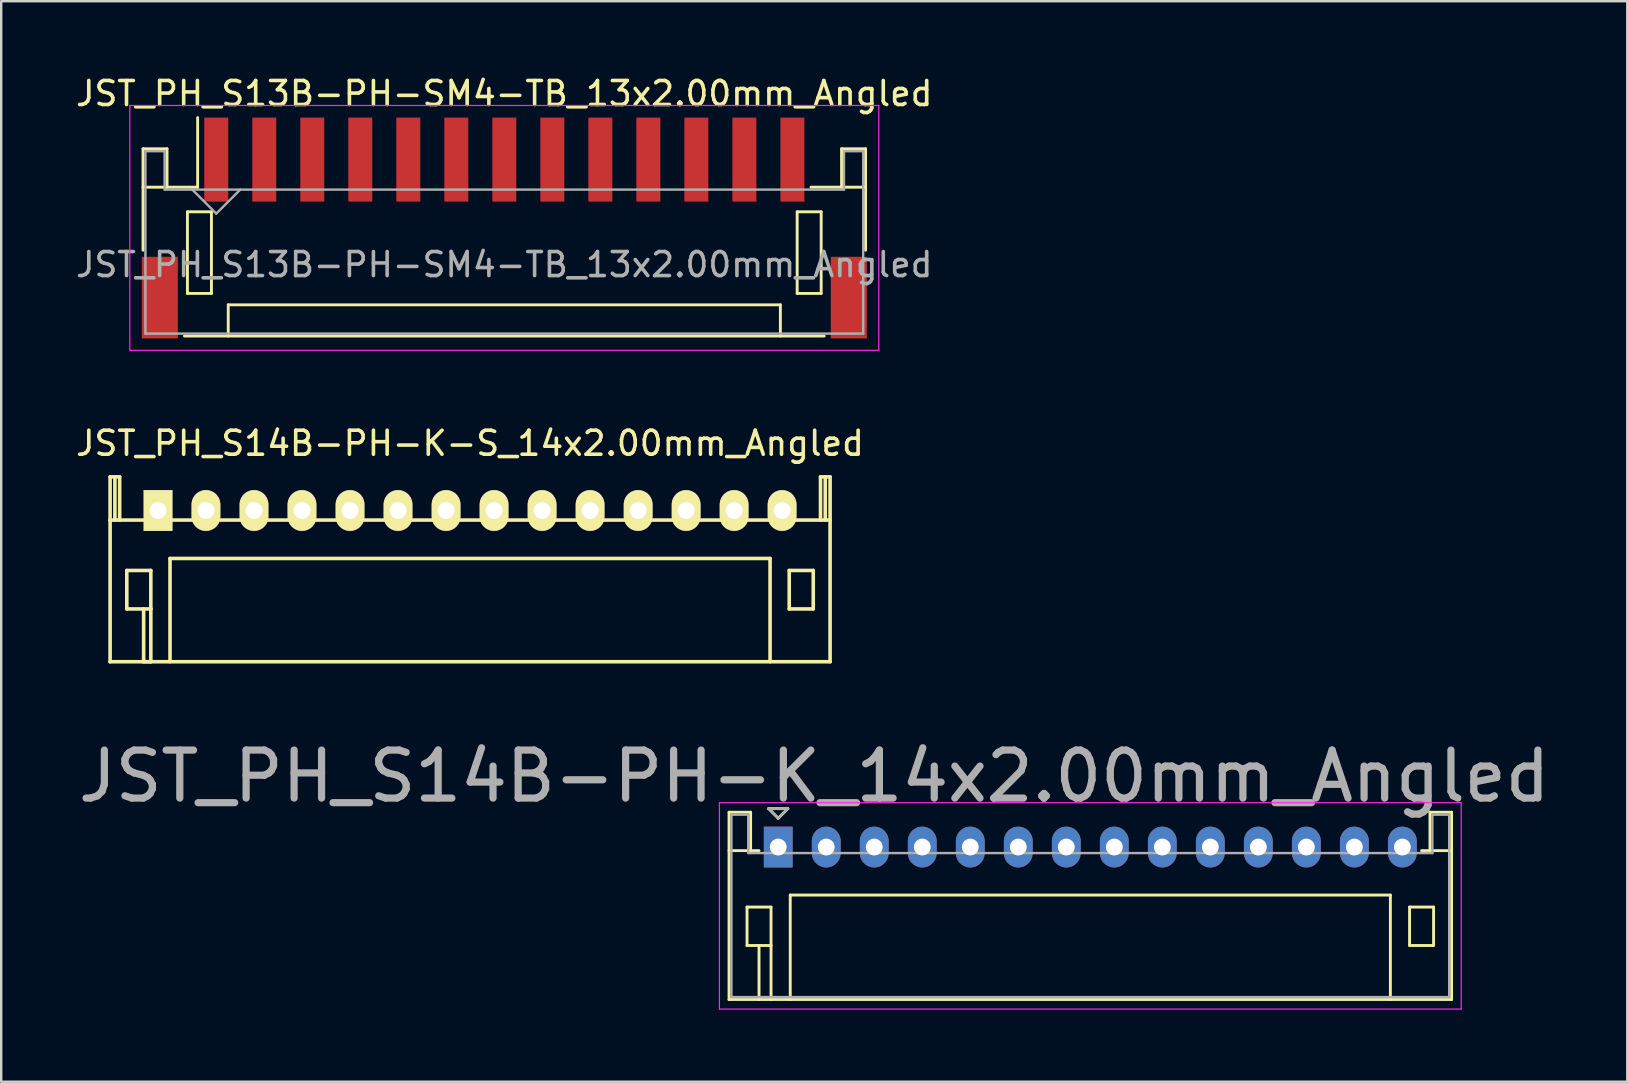
<source format=kicad_pcb>
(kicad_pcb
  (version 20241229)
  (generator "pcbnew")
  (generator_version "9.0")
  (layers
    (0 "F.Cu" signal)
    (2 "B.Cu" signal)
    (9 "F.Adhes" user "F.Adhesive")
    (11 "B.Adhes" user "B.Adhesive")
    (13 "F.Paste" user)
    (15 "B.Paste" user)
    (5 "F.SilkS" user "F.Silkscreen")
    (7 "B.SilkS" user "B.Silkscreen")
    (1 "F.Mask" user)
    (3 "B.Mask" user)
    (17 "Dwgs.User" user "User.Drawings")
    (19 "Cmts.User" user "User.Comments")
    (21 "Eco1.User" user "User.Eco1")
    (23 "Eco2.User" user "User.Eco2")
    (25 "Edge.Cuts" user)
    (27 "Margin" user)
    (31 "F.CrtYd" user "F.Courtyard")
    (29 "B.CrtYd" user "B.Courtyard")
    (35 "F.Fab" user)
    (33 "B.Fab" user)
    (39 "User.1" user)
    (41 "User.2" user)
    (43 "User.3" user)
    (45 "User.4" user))
  (footprint "JST_PH_S14B-PH-K_14x2.00mm_Angled"
    (layer "F.Cu")
    (at 29.369 32.236)
    (property "Reference" "JST_PH_S14B-PH-K_14x2.00mm_Angled" (at 1.5 -2.95 0) (layer "F.Fab") (effects (font (size 2 2) (thickness 0.3))))
    (attr through_hole)
    (fp_line (start -2.05 -1.45) (end -2.05 6.35) (stroke (width 0.12) (type solid)) (layer "F.SilkS"))
    (fp_line (start -2.05 0.15) (end -1.15 0.15) (stroke (width 0.12) (type solid)) (layer "F.SilkS"))
    (fp_line (start -2.05 6.35) (end 28.05 6.35) (stroke (width 0.12) (type solid)) (layer "F.SilkS"))
    (fp_line (start -1.3 2.5) (end -1.3 4.1) (stroke (width 0.12) (type solid)) (layer "F.SilkS"))
    (fp_line (start -1.3 4.1) (end -0.3 4.1) (stroke (width 0.12) (type solid)) (layer "F.SilkS"))
    (fp_line (start -1.15 -1.45) (end -2.05 -1.45) (stroke (width 0.12) (type solid)) (layer "F.SilkS"))
    (fp_line (start -1.15 0.15) (end -1.15 -1.45) (stroke (width 0.12) (type solid)) (layer "F.SilkS"))
    (fp_line (start -0.8 0.15) (end -1.15 0.15) (stroke (width 0.12) (type solid)) (layer "F.SilkS"))
    (fp_line (start -0.8 4.1) (end -0.8 6.35) (stroke (width 0.12) (type solid)) (layer "F.SilkS"))
    (fp_line (start -0.4 -1.6) (end 0.4 -1.6) (stroke (width 0.12) (type solid)) (layer "F.SilkS"))
    (fp_line (start -0.3 2.5) (end -1.3 2.5) (stroke (width 0.12) (type solid)) (layer "F.SilkS"))
    (fp_line (start -0.3 4.1) (end -0.3 2.5) (stroke (width 0.12) (type solid)) (layer "F.SilkS"))
    (fp_line (start -0.3 4.1) (end -0.3 6.35) (stroke (width 0.12) (type solid)) (layer "F.SilkS"))
    (fp_line (start 0 -1.2) (end -0.4 -1.6) (stroke (width 0.12) (type solid)) (layer "F.SilkS"))
    (fp_line (start 0.4 -1.6) (end 0 -1.2) (stroke (width 0.12) (type solid)) (layer "F.SilkS"))
    (fp_line (start 0.5 2) (end 25.5 2) (stroke (width 0.12) (type solid)) (layer "F.SilkS"))
    (fp_line (start 0.5 6.35) (end 0.5 2) (stroke (width 0.12) (type solid)) (layer "F.SilkS"))
    (fp_line (start 25.5 2) (end 25.5 6.35) (stroke (width 0.12) (type solid)) (layer "F.SilkS"))
    (fp_line (start 26.3 2.5) (end 27.3 2.5) (stroke (width 0.12) (type solid)) (layer "F.SilkS"))
    (fp_line (start 26.3 4.1) (end 26.3 2.5) (stroke (width 0.12) (type solid)) (layer "F.SilkS"))
    (fp_line (start 27.15 -1.45) (end 27.15 0.15) (stroke (width 0.12) (type solid)) (layer "F.SilkS"))
    (fp_line (start 27.15 0.15) (end 26.8 0.15) (stroke (width 0.12) (type solid)) (layer "F.SilkS"))
    (fp_line (start 27.3 2.5) (end 27.3 4.1) (stroke (width 0.12) (type solid)) (layer "F.SilkS"))
    (fp_line (start 27.3 4.1) (end 26.3 4.1) (stroke (width 0.12) (type solid)) (layer "F.SilkS"))
    (fp_line (start 28.05 -1.45) (end 27.15 -1.45) (stroke (width 0.12) (type solid)) (layer "F.SilkS"))
    (fp_line (start 28.05 0.15) (end 27.15 0.15) (stroke (width 0.12) (type solid)) (layer "F.SilkS"))
    (fp_line (start 28.05 6.35) (end 28.05 -1.45) (stroke (width 0.12) (type solid)) (layer "F.SilkS"))
    (fp_line (start -2.45 -1.85) (end -2.45 6.75) (stroke (width 0.05) (type solid)) (layer "F.CrtYd"))
    (fp_line (start -2.45 6.75) (end 28.45 6.75) (stroke (width 0.05) (type solid)) (layer "F.CrtYd"))
    (fp_line (start 28.45 -1.85) (end -2.45 -1.85) (stroke (width 0.05) (type solid)) (layer "F.CrtYd"))
    (fp_line (start 28.45 6.75) (end 28.45 -1.85) (stroke (width 0.05) (type solid)) (layer "F.CrtYd"))
    (fp_line (start -1.95 -1.35) (end -1.95 6.25) (stroke (width 0.1) (type solid)) (layer "F.Fab"))
    (fp_line (start -1.95 6.25) (end 27.95 6.25) (stroke (width 0.1) (type solid)) (layer "F.Fab"))
    (fp_line (start -1.25 -1.35) (end -1.95 -1.35) (stroke (width 0.1) (type solid)) (layer "F.Fab"))
    (fp_line (start -1.25 0.25) (end -1.25 -1.35) (stroke (width 0.1) (type solid)) (layer "F.Fab"))
    (fp_line (start -0.4 -1.6) (end 0.4 -1.6) (stroke (width 0.1) (type solid)) (layer "F.Fab"))
    (fp_line (start 0 -1.2) (end -0.4 -1.6) (stroke (width 0.1) (type solid)) (layer "F.Fab"))
    (fp_line (start 0.4 -1.6) (end 0 -1.2) (stroke (width 0.1) (type solid)) (layer "F.Fab"))
    (fp_line (start 27.25 -1.35) (end 27.25 0.25) (stroke (width 0.1) (type solid)) (layer "F.Fab"))
    (fp_line (start 27.25 0.25) (end -1.25 0.25) (stroke (width 0.1) (type solid)) (layer "F.Fab"))
    (fp_line (start 27.95 -1.35) (end 27.25 -1.35) (stroke (width 0.1) (type solid)) (layer "F.Fab"))
    (fp_line (start 27.95 6.25) (end 27.95 -1.35) (stroke (width 0.1) (type solid)) (layer "F.Fab"))
    (pad "1" thru_hole rect (at 0 0) (size 1.2 1.7) (drill 0.7) (layers "*.Cu" "*.Mask"))
    (pad "2" thru_hole oval (at 2 0) (size 1.2 1.7) (drill 0.7) (layers "*.Cu" "*.Mask"))
    (pad "3" thru_hole oval (at 4 0) (size 1.2 1.7) (drill 0.7) (layers "*.Cu" "*.Mask"))
    (pad "4" thru_hole oval (at 6 0) (size 1.2 1.7) (drill 0.7) (layers "*.Cu" "*.Mask"))
    (pad "5" thru_hole oval (at 8 0) (size 1.2 1.7) (drill 0.7) (layers "*.Cu" "*.Mask"))
    (pad "6" thru_hole oval (at 10 0) (size 1.2 1.7) (drill 0.7) (layers "*.Cu" "*.Mask"))
    (pad "7" thru_hole oval (at 12 0) (size 1.2 1.7) (drill 0.7) (layers "*.Cu" "*.Mask"))
    (pad "8" thru_hole oval (at 14 0) (size 1.2 1.7) (drill 0.7) (layers "*.Cu" "*.Mask"))
    (pad "9" thru_hole oval (at 16 0) (size 1.2 1.7) (drill 0.7) (layers "*.Cu" "*.Mask"))
    (pad "10" thru_hole oval (at 18 0) (size 1.2 1.7) (drill 0.7) (layers "*.Cu" "*.Mask"))
    (pad "11" thru_hole oval (at 20 0) (size 1.2 1.7) (drill 0.7) (layers "*.Cu" "*.Mask"))
    (pad "12" thru_hole oval (at 22 0) (size 1.2 1.7) (drill 0.7) (layers "*.Cu" "*.Mask"))
    (pad "13" thru_hole oval (at 24 0) (size 1.2 1.7) (drill 0.7) (layers "*.Cu" "*.Mask"))
    (pad "14" thru_hole oval (at 26 0) (size 1.2 1.7) (drill 0.7) (layers "*.Cu" "*.Mask")))
  (footprint "JST_PH_S13B-PH-SM4-TB_13x2.00mm_Angled"
    (layer "F.Cu")
    (at 17.958 6.473)
    (property "Reference" "JST_PH_S13B-PH-SM4-TB_13x2.00mm_Angled" (at 0 -5.625 0) (layer "F.SilkS") (effects (font (size 1 1) (thickness 0.15))))
    (attr smd)
    (fp_line (start -15.05 -3.325) (end -15.05 0.9) (stroke (width 0.12) (type solid)) (layer "F.SilkS"))
    (fp_line (start -15.05 -1.725) (end -14.05 -1.725) (stroke (width 0.12) (type solid)) (layer "F.SilkS"))
    (fp_line (start -14.05 -3.325) (end -15.05 -3.325) (stroke (width 0.12) (type solid)) (layer "F.SilkS"))
    (fp_line (start -14.05 -1.725) (end -14.05 -3.325) (stroke (width 0.12) (type solid)) (layer "F.SilkS"))
    (fp_line (start -13.325 4.475) (end 13.325 4.475) (stroke (width 0.12) (type solid)) (layer "F.SilkS"))
    (fp_line (start -13.2 -0.7) (end -13.2 2.7) (stroke (width 0.12) (type solid)) (layer "F.SilkS"))
    (fp_line (start -13.2 2.7) (end -12.2 2.7) (stroke (width 0.12) (type solid)) (layer "F.SilkS"))
    (fp_line (start -12.775 -1.725) (end -14.05 -1.725) (stroke (width 0.12) (type solid)) (layer "F.SilkS"))
    (fp_line (start -12.775 -1.725) (end -12.775 -4.625) (stroke (width 0.12) (type solid)) (layer "F.SilkS"))
    (fp_line (start -12.2 -0.7) (end -13.2 -0.7) (stroke (width 0.12) (type solid)) (layer "F.SilkS"))
    (fp_line (start -12.2 2.7) (end -12.2 -0.7) (stroke (width 0.12) (type solid)) (layer "F.SilkS"))
    (fp_line (start -11.5 3.175) (end 11.5 3.175) (stroke (width 0.12) (type solid)) (layer "F.SilkS"))
    (fp_line (start -11.5 4.475) (end -11.5 3.175) (stroke (width 0.12) (type solid)) (layer "F.SilkS"))
    (fp_line (start 11.5 3.175) (end 11.5 4.475) (stroke (width 0.12) (type solid)) (layer "F.SilkS"))
    (fp_line (start 12.2 -0.7) (end 13.2 -0.7) (stroke (width 0.12) (type solid)) (layer "F.SilkS"))
    (fp_line (start 12.2 2.7) (end 12.2 -0.7) (stroke (width 0.12) (type solid)) (layer "F.SilkS"))
    (fp_line (start 13.2 -0.7) (end 13.2 2.7) (stroke (width 0.12) (type solid)) (layer "F.SilkS"))
    (fp_line (start 13.2 2.7) (end 12.2 2.7) (stroke (width 0.12) (type solid)) (layer "F.SilkS"))
    (fp_line (start 14.05 -3.325) (end 14.05 -1.725) (stroke (width 0.12) (type solid)) (layer "F.SilkS"))
    (fp_line (start 14.05 -1.725) (end 12.775 -1.725) (stroke (width 0.12) (type solid)) (layer "F.SilkS"))
    (fp_line (start 15.05 -3.325) (end 14.05 -3.325) (stroke (width 0.12) (type solid)) (layer "F.SilkS"))
    (fp_line (start 15.05 -1.725) (end 14.05 -1.725) (stroke (width 0.12) (type solid)) (layer "F.SilkS"))
    (fp_line (start 15.05 0.9) (end 15.05 -3.325) (stroke (width 0.12) (type solid)) (layer "F.SilkS"))
    (fp_line (start -15.6 -5.13) (end -15.6 5.07) (stroke (width 0.05) (type solid)) (layer "F.CrtYd"))
    (fp_line (start -15.6 5.07) (end 15.6 5.07) (stroke (width 0.05) (type solid)) (layer "F.CrtYd"))
    (fp_line (start 15.6 -5.13) (end -15.6 -5.13) (stroke (width 0.05) (type solid)) (layer "F.CrtYd"))
    (fp_line (start 15.6 5.07) (end 15.6 -5.13) (stroke (width 0.05) (type solid)) (layer "F.CrtYd"))
    (fp_line (start -14.95 -3.225) (end -14.95 4.375) (stroke (width 0.1) (type solid)) (layer "F.Fab"))
    (fp_line (start -14.95 4.375) (end 14.95 4.375) (stroke (width 0.1) (type solid)) (layer "F.Fab"))
    (fp_line (start -14.15 -3.225) (end -14.95 -3.225) (stroke (width 0.1) (type solid)) (layer "F.Fab"))
    (fp_line (start -14.15 -1.625) (end -14.15 -3.225) (stroke (width 0.1) (type solid)) (layer "F.Fab"))
    (fp_line (start -13 -1.625) (end -12 -0.625) (stroke (width 0.1) (type solid)) (layer "F.Fab"))
    (fp_line (start -12 -0.625) (end -11 -1.625) (stroke (width 0.1) (type solid)) (layer "F.Fab"))
    (fp_line (start 14.15 -3.225) (end 14.15 -1.625) (stroke (width 0.1) (type solid)) (layer "F.Fab"))
    (fp_line (start 14.15 -1.625) (end -14.15 -1.625) (stroke (width 0.1) (type solid)) (layer "F.Fab"))
    (fp_line (start 14.95 -3.225) (end 14.15 -3.225) (stroke (width 0.1) (type solid)) (layer "F.Fab"))
    (fp_line (start 14.95 4.375) (end 14.95 -3.225) (stroke (width 0.1) (type solid)) (layer "F.Fab"))
    (fp_text user "${REFERENCE}" (at 0 1.5 0) (layer "F.Fab") (effects (font (size 1 1) (thickness 0.15))))
    (pad "" smd rect (at -14.35 2.875) (size 1.5 3.4) (layers "F.Cu" "F.Mask" "F.Paste"))
    (pad "" smd rect (at 14.35 2.875) (size 1.5 3.4) (layers "F.Cu" "F.Mask" "F.Paste"))
    (pad "1" smd rect (at -12 -2.875) (size 1 3.5) (layers "F.Cu" "F.Mask" "F.Paste"))
    (pad "2" smd rect (at -10 -2.875) (size 1 3.5) (layers "F.Cu" "F.Mask" "F.Paste"))
    (pad "3" smd rect (at -8 -2.875) (size 1 3.5) (layers "F.Cu" "F.Mask" "F.Paste"))
    (pad "4" smd rect (at -6 -2.875) (size 1 3.5) (layers "F.Cu" "F.Mask" "F.Paste"))
    (pad "5" smd rect (at -4 -2.875) (size 1 3.5) (layers "F.Cu" "F.Mask" "F.Paste"))
    (pad "6" smd rect (at -2 -2.875) (size 1 3.5) (layers "F.Cu" "F.Mask" "F.Paste"))
    (pad "7" smd rect (at 0 -2.875) (size 1 3.5) (layers "F.Cu" "F.Mask" "F.Paste"))
    (pad "8" smd rect (at 2 -2.875) (size 1 3.5) (layers "F.Cu" "F.Mask" "F.Paste"))
    (pad "9" smd rect (at 4 -2.875) (size 1 3.5) (layers "F.Cu" "F.Mask" "F.Paste"))
    (pad "10" smd rect (at 6 -2.875) (size 1 3.5) (layers "F.Cu" "F.Mask" "F.Paste"))
    (pad "11" smd rect (at 8 -2.875) (size 1 3.5) (layers "F.Cu" "F.Mask" "F.Paste"))
    (pad "12" smd rect (at 10 -2.875) (size 1 3.5) (layers "F.Cu" "F.Mask" "F.Paste"))
    (pad "13" smd rect (at 12 -2.875) (size 1 3.5) (layers "F.Cu" "F.Mask" "F.Paste")))
  (footprint "JST_PH_S14B-PH-K-S_14x2.00mm_Angled"
    (layer "F.Cu")
    (at 3.53 18.216)
    (property "Reference" "JST_PH_S14B-PH-K-S_14x2.00mm_Angled" (at 13 -2.799 0) (layer "F.SilkS") (effects (font (size 1 1) (thickness 0.15))))
    (attr through_hole)
    (fp_line (start -1.994 -1.4) (end -1.994 6.299) (stroke (width 0.15) (type solid)) (layer "F.SilkS"))
    (fp_line (start -1.793 -1.4) (end -1.793 0.399) (stroke (width 0.15) (type solid)) (layer "F.SilkS"))
    (fp_line (start -1.595 -1.4) (end -1.994 -1.4) (stroke (width 0.15) (type solid)) (layer "F.SilkS"))
    (fp_line (start -1.595 0.399) (end -1.595 -1.4) (stroke (width 0.15) (type solid)) (layer "F.SilkS"))
    (fp_line (start -1.298 2.499) (end -0.297 2.499) (stroke (width 0.15) (type solid)) (layer "F.SilkS"))
    (fp_line (start -1.298 4.1) (end -1.298 2.499) (stroke (width 0.15) (type solid)) (layer "F.SilkS"))
    (fp_line (start -0.597 6.299) (end -0.597 4.1) (stroke (width 0.15) (type solid)) (layer "F.SilkS"))
    (fp_line (start -0.297 2.499) (end -0.297 4.1) (stroke (width 0.15) (type solid)) (layer "F.SilkS"))
    (fp_line (start -0.297 4.1) (end -1.298 4.1) (stroke (width 0.15) (type solid)) (layer "F.SilkS"))
    (fp_line (start -0.297 4.1) (end -0.297 6.299) (stroke (width 0.15) (type solid)) (layer "F.SilkS"))
    (fp_line (start -0.297 6.299) (end -0.597 6.299) (stroke (width 0.15) (type solid)) (layer "F.SilkS"))
    (fp_line (start 0.501 1.999) (end 25.499 1.999) (stroke (width 0.15) (type solid)) (layer "F.SilkS"))
    (fp_line (start 0.503 1.999) (end 0.503 6.299) (stroke (width 0.15) (type solid)) (layer "F.SilkS"))
    (fp_line (start 25.499 1.999) (end 25.499 6.299) (stroke (width 0.15) (type solid)) (layer "F.SilkS"))
    (fp_line (start 26.297 2.499) (end 27.298 2.499) (stroke (width 0.15) (type solid)) (layer "F.SilkS"))
    (fp_line (start 26.297 4.1) (end 26.297 2.499) (stroke (width 0.15) (type solid)) (layer "F.SilkS"))
    (fp_line (start 27.298 2.499) (end 27.298 4.1) (stroke (width 0.15) (type solid)) (layer "F.SilkS"))
    (fp_line (start 27.298 4.1) (end 26.297 4.1) (stroke (width 0.15) (type solid)) (layer "F.SilkS"))
    (fp_line (start 27.6 -1.4) (end 27.6 0.399) (stroke (width 0.15) (type solid)) (layer "F.SilkS"))
    (fp_line (start 27.798 -1.4) (end 27.798 0.399) (stroke (width 0.15) (type solid)) (layer "F.SilkS"))
    (fp_line (start 27.999 -1.4) (end 27.6 -1.4) (stroke (width 0.15) (type solid)) (layer "F.SilkS"))
    (fp_line (start 27.999 6.299) (end 27.999 -1.4) (stroke (width 0.15) (type solid)) (layer "F.SilkS"))
    (fp_line (start 28.001 0.399) (end -2.001 0.399) (stroke (width 0.15) (type solid)) (layer "F.SilkS"))
    (fp_line (start 28.001 6.299) (end -2.001 6.299) (stroke (width 0.15) (type solid)) (layer "F.SilkS"))
    (pad "1" thru_hole rect (at 0.003 0) (size 1.199 1.699) (drill 0.701) (layers "*.Cu" "*.Mask" "F.SilkS"))
    (pad "2" thru_hole oval (at 1.999 0) (size 1.199 1.699) (drill 0.701) (layers "*.Cu" "*.Mask" "F.SilkS"))
    (pad "3" thru_hole oval (at 4.001 0) (size 1.199 1.699) (drill 0.701) (layers "*.Cu" "*.Mask" "F.SilkS"))
    (pad "4" thru_hole oval (at 6 0) (size 1.199 1.699) (drill 0.701) (layers "*.Cu" "*.Mask" "F.SilkS"))
    (pad "5" thru_hole oval (at 8.001 0) (size 1.199 1.699) (drill 0.701) (layers "*.Cu" "*.Mask" "F.SilkS"))
    (pad "6" thru_hole oval (at 10 0) (size 1.199 1.699) (drill 0.701) (layers "*.Cu" "*.Mask" "F.SilkS"))
    (pad "7" thru_hole oval (at 12.002 0) (size 1.199 1.699) (drill 0.701) (layers "*.Cu" "*.Mask" "F.SilkS"))
    (pad "8" thru_hole oval (at 14.001 0) (size 1.199 1.699) (drill 0.701) (layers "*.Cu" "*.Mask" "F.SilkS"))
    (pad "9" thru_hole oval (at 16.002 0) (size 1.199 1.699) (drill 0.701) (layers "*.Cu" "*.Mask" "F.SilkS"))
    (pad "10" thru_hole oval (at 18.001 0) (size 1.199 1.699) (drill 0.701) (layers "*.Cu" "*.Mask" "F.SilkS"))
    (pad "11" thru_hole oval (at 20.003 0) (size 1.199 1.699) (drill 0.701) (layers "*.Cu" "*.Mask" "F.SilkS"))
    (pad "12" thru_hole oval (at 22.002 0) (size 1.199 1.699) (drill 0.701) (layers "*.Cu" "*.Mask" "F.SilkS"))
    (pad "13" thru_hole oval (at 24.001 0) (size 1.199 1.699) (drill 0.701) (layers "*.Cu" "*.Mask" "F.SilkS"))
    (pad "14" thru_hole oval (at 26 0) (size 1.199 1.699) (drill 0.701) (layers "*.Cu" "*.Mask" "F.SilkS")))
  (gr_rect
    (start -3 -3)
    (end 64.738 42.011)
    (stroke (width 0.1) (type default))
    (fill no)
    (layer "Edge.Cuts")))
</source>
